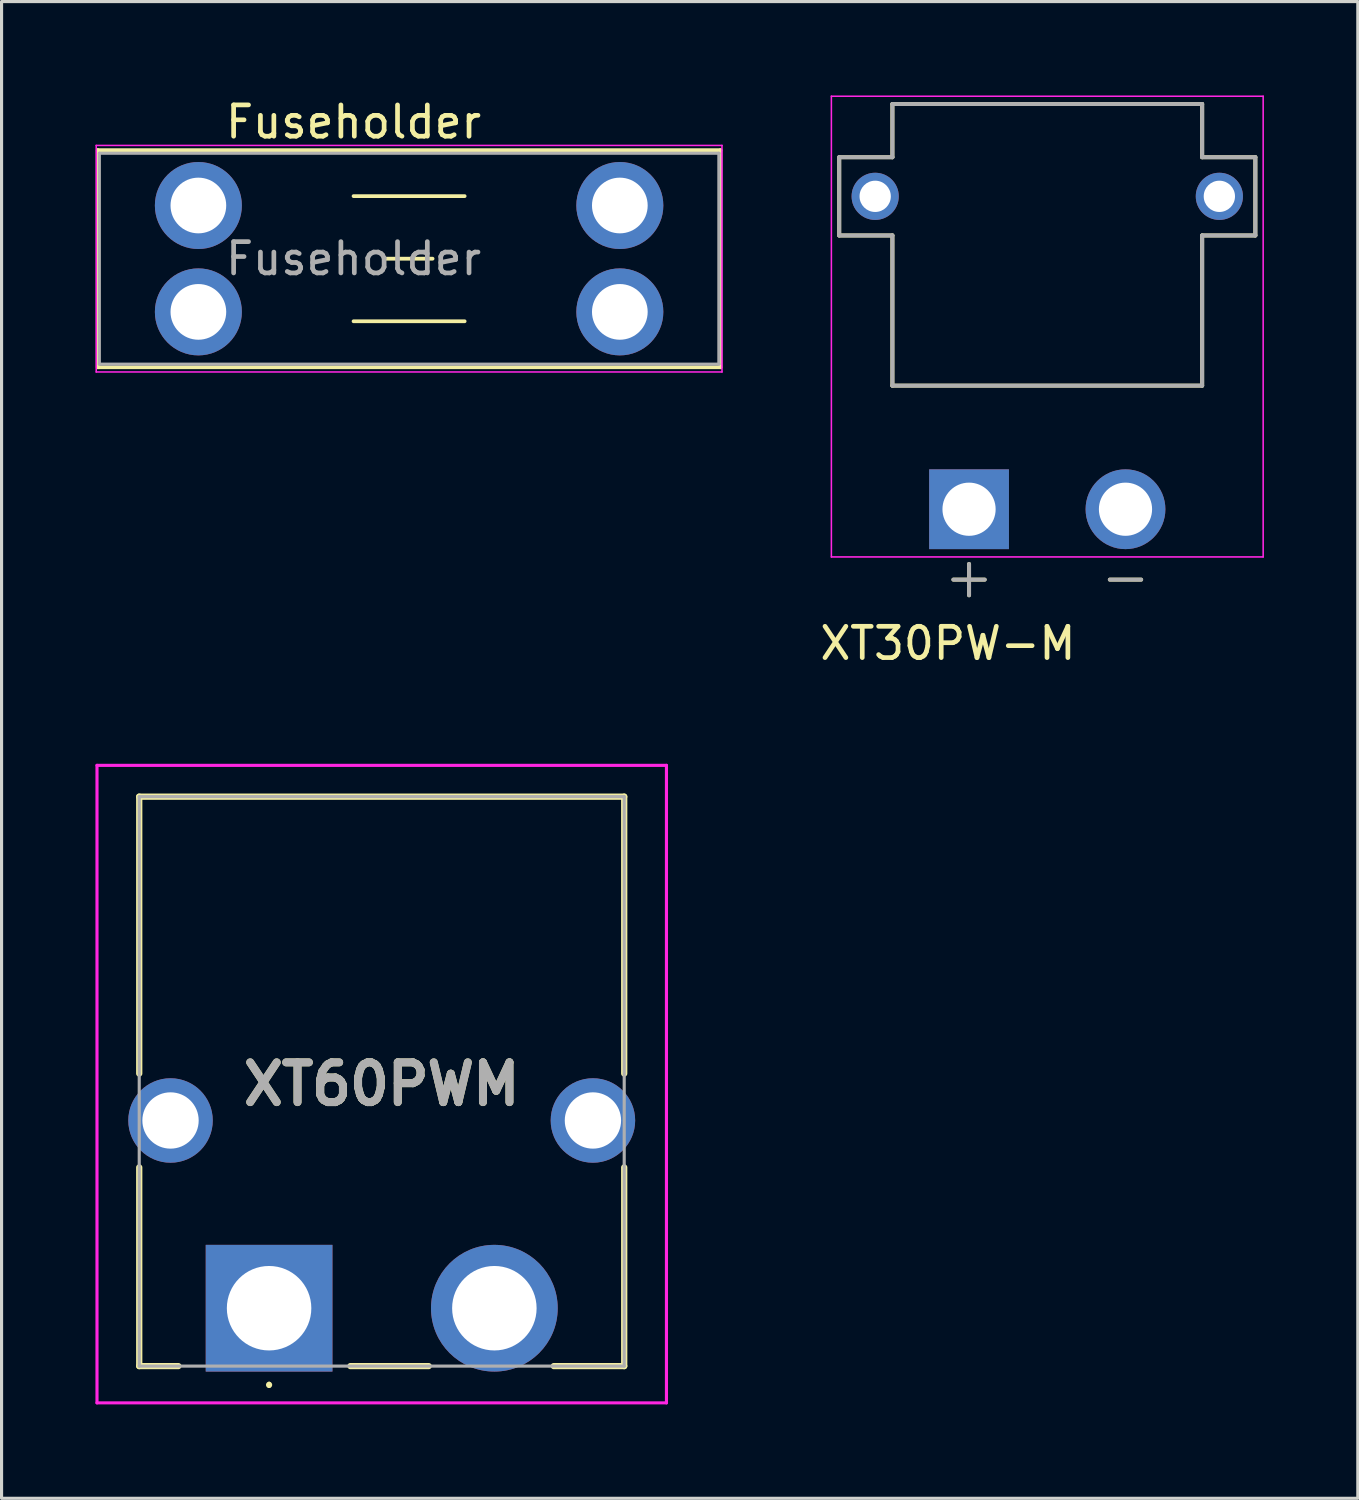
<source format=kicad_pcb>
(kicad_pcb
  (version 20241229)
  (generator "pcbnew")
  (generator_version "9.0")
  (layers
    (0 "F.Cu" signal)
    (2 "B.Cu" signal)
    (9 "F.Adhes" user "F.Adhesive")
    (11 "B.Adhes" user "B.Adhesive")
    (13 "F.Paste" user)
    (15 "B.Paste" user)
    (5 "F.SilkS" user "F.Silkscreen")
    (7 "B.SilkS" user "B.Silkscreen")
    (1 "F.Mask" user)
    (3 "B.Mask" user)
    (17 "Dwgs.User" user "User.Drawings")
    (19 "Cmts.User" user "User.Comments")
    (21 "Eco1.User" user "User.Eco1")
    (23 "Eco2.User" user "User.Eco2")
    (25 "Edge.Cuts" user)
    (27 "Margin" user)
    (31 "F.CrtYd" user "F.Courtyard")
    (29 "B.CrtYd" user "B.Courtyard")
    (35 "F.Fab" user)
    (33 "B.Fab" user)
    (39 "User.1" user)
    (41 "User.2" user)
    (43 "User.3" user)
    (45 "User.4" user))
  (footprint "XT60PWM"
    (layer "F.Cu")
    (at 5.55 38.761)
    (property "Reference" "XT60PWM" (at 3.6 -7.162 0) (layer "F.SilkS") (effects (font (size 1.27 1.27) (thickness 0.254))))
    (attr through_hole)
    (fp_line (start -4.15 -16.35) (end 11.35 -16.35) (stroke (width 0.2) (type solid)) (layer "F.SilkS"))
    (fp_line (start -4.15 -7.5) (end -4.15 -16.35) (stroke (width 0.2) (type solid)) (layer "F.SilkS"))
    (fp_line (start -4.15 -4.5) (end -4.15 1.85) (stroke (width 0.2) (type solid)) (layer "F.SilkS"))
    (fp_line (start -4.15 1.85) (end -2.9 1.85) (stroke (width 0.2) (type solid)) (layer "F.SilkS"))
    (fp_line (start 0 2.4) (end 0 2.4) (stroke (width 0.1) (type solid)) (layer "F.SilkS"))
    (fp_line (start 0 2.5) (end 0 2.5) (stroke (width 0.1) (type solid)) (layer "F.SilkS"))
    (fp_line (start 5.1 1.85) (end 2.6 1.85) (stroke (width 0.2) (type solid)) (layer "F.SilkS"))
    (fp_line (start 11.35 -16.35) (end 11.35 -7.5) (stroke (width 0.2) (type solid)) (layer "F.SilkS"))
    (fp_line (start 11.35 -4.5) (end 11.35 1.85) (stroke (width 0.2) (type solid)) (layer "F.SilkS"))
    (fp_line (start 11.35 1.85) (end 9.1 1.85) (stroke (width 0.2) (type solid)) (layer "F.SilkS"))
    (fp_arc (start 0 2.4) (mid 0.05 2.45) (end 0 2.5) (stroke (width 0.1) (type solid)) (layer "F.SilkS"))
    (fp_arc (start 0 2.5) (mid -0.05 2.45) (end 0 2.4) (stroke (width 0.1) (type solid)) (layer "F.SilkS"))
    (fp_line (start -5.5 -17.35) (end 12.7 -17.35) (stroke (width 0.1) (type solid)) (layer "F.CrtYd"))
    (fp_line (start -5.5 3.025) (end -5.5 -17.35) (stroke (width 0.1) (type solid)) (layer "F.CrtYd"))
    (fp_line (start 12.7 -17.35) (end 12.7 3.025) (stroke (width 0.1) (type solid)) (layer "F.CrtYd"))
    (fp_line (start 12.7 3.025) (end -5.5 3.025) (stroke (width 0.1) (type solid)) (layer "F.CrtYd"))
    (fp_line (start -4.15 -16.35) (end 11.35 -16.35) (stroke (width 0.1) (type solid)) (layer "F.Fab"))
    (fp_line (start -4.15 1.85) (end -4.15 -16.35) (stroke (width 0.1) (type solid)) (layer "F.Fab"))
    (fp_line (start 11.35 -16.35) (end 11.35 1.85) (stroke (width 0.1) (type solid)) (layer "F.Fab"))
    (fp_line (start 11.35 1.85) (end -4.15 1.85) (stroke (width 0.1) (type solid)) (layer "F.Fab"))
    (fp_text user "${REFERENCE}" (at 3.6 -7.162 0) (layer "F.Fab") (effects (font (size 1.27 1.27) (thickness 0.254))))
    (pad "1" thru_hole rect (at 0 0) (size 4.05 4.05) (drill 2.7) (layers "*.Cu" "*.Mask"))
    (pad "2" thru_hole circle (at 7.2 0) (size 4.05 4.05) (drill 2.7) (layers "*.Cu" "*.Mask"))
    (pad "3" thru_hole circle (at -3.15 -6) (size 2.7 2.7) (drill 1.8) (layers "*.Cu" "*.Mask"))
    (pad "4" thru_hole circle (at 10.35 -6) (size 2.7 2.7) (drill 1.8) (layers "*.Cu" "*.Mask")))
  (footprint "Fuseholder"
    (layer "F.Cu")
    (at 10.025 5.218)
    (property "Reference" "Fuseholder" (at -1.775 -4.37 0) (layer "F.SilkS") (effects (font (size 1 1) (thickness 0.15))))
    (attr through_hole)
    (fp_line (start -9.95 -3.47) (end -9.95 3.47) (stroke (width 0.12) (type solid)) (layer "F.SilkS"))
    (fp_line (start -9.95 3.47) (end 9.95 3.47) (stroke (width 0.12) (type solid)) (layer "F.SilkS"))
    (fp_line (start -0.75 0) (end 0.75 0) (stroke (width 0.12) (type solid)) (layer "F.SilkS"))
    (fp_line (start 1.775 -2) (end -1.775 -2) (stroke (width 0.12) (type solid)) (layer "F.SilkS"))
    (fp_line (start 1.775 2) (end -1.775 2) (stroke (width 0.12) (type solid)) (layer "F.SilkS"))
    (fp_line (start 9.95 -3.47) (end -9.95 -3.47) (stroke (width 0.12) (type solid)) (layer "F.SilkS"))
    (fp_line (start 9.95 3.47) (end 9.95 -3.47) (stroke (width 0.12) (type solid)) (layer "F.SilkS"))
    (fp_line (start -10 -3.62) (end -10 3.62) (stroke (width 0.05) (type solid)) (layer "F.CrtYd"))
    (fp_line (start -10 3.62) (end 10 3.62) (stroke (width 0.05) (type solid)) (layer "F.CrtYd"))
    (fp_line (start 10 -3.62) (end -10 -3.62) (stroke (width 0.05) (type solid)) (layer "F.CrtYd"))
    (fp_line (start 10 3.62) (end 10 -3.62) (stroke (width 0.05) (type solid)) (layer "F.CrtYd"))
    (fp_line (start -9.9 -3.37) (end -9.9 3.37) (stroke (width 0.1) (type solid)) (layer "F.Fab"))
    (fp_line (start -9.9 3.37) (end 9.9 3.37) (stroke (width 0.1) (type solid)) (layer "F.Fab"))
    (fp_line (start 9.9 -3.37) (end -9.9 -3.37) (stroke (width 0.1) (type solid)) (layer "F.Fab"))
    (fp_line (start 9.9 3.37) (end 9.9 -3.37) (stroke (width 0.1) (type solid)) (layer "F.Fab"))
    (fp_text user "${REFERENCE}" (at -1.775 0 0) (layer "F.Fab") (effects (font (size 1 1) (thickness 0.15))))
    (pad "1" thru_hole circle (at -6.735 -1.7) (size 2.78 2.78) (drill 1.78) (layers "*.Cu" "*.Mask"))
    (pad "1" thru_hole circle (at -6.735 1.7) (size 2.78 2.78) (drill 1.78) (layers "*.Cu" "*.Mask"))
    (pad "2" thru_hole circle (at 6.735 -1.7) (size 2.78 2.78) (drill 1.78) (layers "*.Cu" "*.Mask"))
    (pad "2" thru_hole circle (at 6.735 1.7) (size 2.78 2.78) (drill 1.78) (layers "*.Cu" "*.Mask")))
  (footprint "XT30PW-M"
    (layer "F.Cu")
    (at 30.421 3.225)
    (property "Reference" "XT30PW-M" (at -3.175 14.287 0) (layer "F.SilkS") (effects (font (size 1 1) (thickness 0.15))))
    (attr through_hole)
    (fp_line (start -6.65 -1.25) (end -4.95 -1.25) (stroke (width 0.127) (type solid)) (layer "F.SilkS"))
    (fp_line (start -6.65 1.25) (end -6.65 -1.25) (stroke (width 0.127) (type solid)) (layer "F.SilkS"))
    (fp_line (start -4.95 -2.95) (end 4.95 -2.95) (stroke (width 0.127) (type solid)) (layer "F.SilkS"))
    (fp_line (start -4.95 -1.25) (end -4.95 -2.95) (stroke (width 0.127) (type solid)) (layer "F.SilkS"))
    (fp_line (start -4.95 1.25) (end -6.65 1.25) (stroke (width 0.127) (type solid)) (layer "F.SilkS"))
    (fp_line (start -4.95 6.05) (end -4.95 1.25) (stroke (width 0.127) (type solid)) (layer "F.SilkS"))
    (fp_line (start -3 12.25) (end -2 12.25) (stroke (width 0.127) (type solid)) (layer "F.SilkS"))
    (fp_line (start -2.5 12.75) (end -2.5 11.75) (stroke (width 0.127) (type solid)) (layer "F.SilkS"))
    (fp_line (start 2 12.25) (end 3 12.25) (stroke (width 0.127) (type solid)) (layer "F.SilkS"))
    (fp_line (start 4.95 -2.95) (end 4.95 -1.25) (stroke (width 0.127) (type solid)) (layer "F.SilkS"))
    (fp_line (start 4.95 -1.25) (end 6.65 -1.25) (stroke (width 0.127) (type solid)) (layer "F.SilkS"))
    (fp_line (start 4.95 1.25) (end 4.95 6.05) (stroke (width 0.127) (type solid)) (layer "F.SilkS"))
    (fp_line (start 4.95 6.05) (end -4.95 6.05) (stroke (width 0.127) (type solid)) (layer "F.SilkS"))
    (fp_line (start 6.65 -1.25) (end 6.65 1.25) (stroke (width 0.127) (type solid)) (layer "F.SilkS"))
    (fp_line (start 6.65 1.25) (end 4.95 1.25) (stroke (width 0.127) (type solid)) (layer "F.SilkS"))
    (fp_line (start -6.9 -3.2) (end -6.9 11.525) (stroke (width 0.05) (type solid)) (layer "F.CrtYd"))
    (fp_line (start -6.9 11.525) (end 6.9 11.525) (stroke (width 0.05) (type solid)) (layer "F.CrtYd"))
    (fp_line (start 6.9 -3.2) (end -6.9 -3.2) (stroke (width 0.05) (type solid)) (layer "F.CrtYd"))
    (fp_line (start 6.9 11.525) (end 6.9 -3.2) (stroke (width 0.05) (type solid)) (layer "F.CrtYd"))
    (fp_line (start -6.65 -1.25) (end -4.95 -1.25) (stroke (width 0.127) (type solid)) (layer "F.Fab"))
    (fp_line (start -6.65 1.25) (end -6.65 -1.25) (stroke (width 0.127) (type solid)) (layer "F.Fab"))
    (fp_line (start -4.95 -2.95) (end 4.95 -2.95) (stroke (width 0.127) (type solid)) (layer "F.Fab"))
    (fp_line (start -4.95 -1.25) (end -4.95 -2.95) (stroke (width 0.127) (type solid)) (layer "F.Fab"))
    (fp_line (start -4.95 1.25) (end -6.65 1.25) (stroke (width 0.127) (type solid)) (layer "F.Fab"))
    (fp_line (start -4.95 6.05) (end -4.95 1.25) (stroke (width 0.127) (type solid)) (layer "F.Fab"))
    (fp_line (start -3 12.25) (end -2 12.25) (stroke (width 0.127) (type solid)) (layer "F.Fab"))
    (fp_line (start -2.5 12.75) (end -2.5 11.75) (stroke (width 0.127) (type solid)) (layer "F.Fab"))
    (fp_line (start 2 12.25) (end 3 12.25) (stroke (width 0.127) (type solid)) (layer "F.Fab"))
    (fp_line (start 4.95 -2.95) (end 4.95 -1.25) (stroke (width 0.127) (type solid)) (layer "F.Fab"))
    (fp_line (start 4.95 -1.25) (end 6.65 -1.25) (stroke (width 0.127) (type solid)) (layer "F.Fab"))
    (fp_line (start 4.95 1.25) (end 4.95 6.05) (stroke (width 0.127) (type solid)) (layer "F.Fab"))
    (fp_line (start 4.95 6.05) (end -4.95 6.05) (stroke (width 0.127) (type solid)) (layer "F.Fab"))
    (fp_line (start 6.65 -1.25) (end 6.65 1.25) (stroke (width 0.127) (type solid)) (layer "F.Fab"))
    (fp_line (start 6.65 1.25) (end 4.95 1.25) (stroke (width 0.127) (type solid)) (layer "F.Fab"))
    (pad "N" thru_hole circle (at 2.5 10) (size 2.55 2.55) (drill 1.7) (layers "*.Cu" "*.Mask"))
    (pad "P" thru_hole rect (at -2.5 10) (size 2.55 2.55) (drill 1.7) (layers "*.Cu" "*.Mask"))
    (pad "S1" thru_hole circle (at 5.5 0) (size 1.508 1.508) (drill 1) (layers "*.Cu" "*.Mask"))
    (pad "S2" thru_hole circle (at -5.5 0) (size 1.508 1.508) (drill 1) (layers "*.Cu" "*.Mask")))
  (gr_rect
    (start -3 -3)
    (end 40.346 44.836)
    (stroke (width 0.1) (type default))
    (fill no)
    (layer "Edge.Cuts")))
</source>
